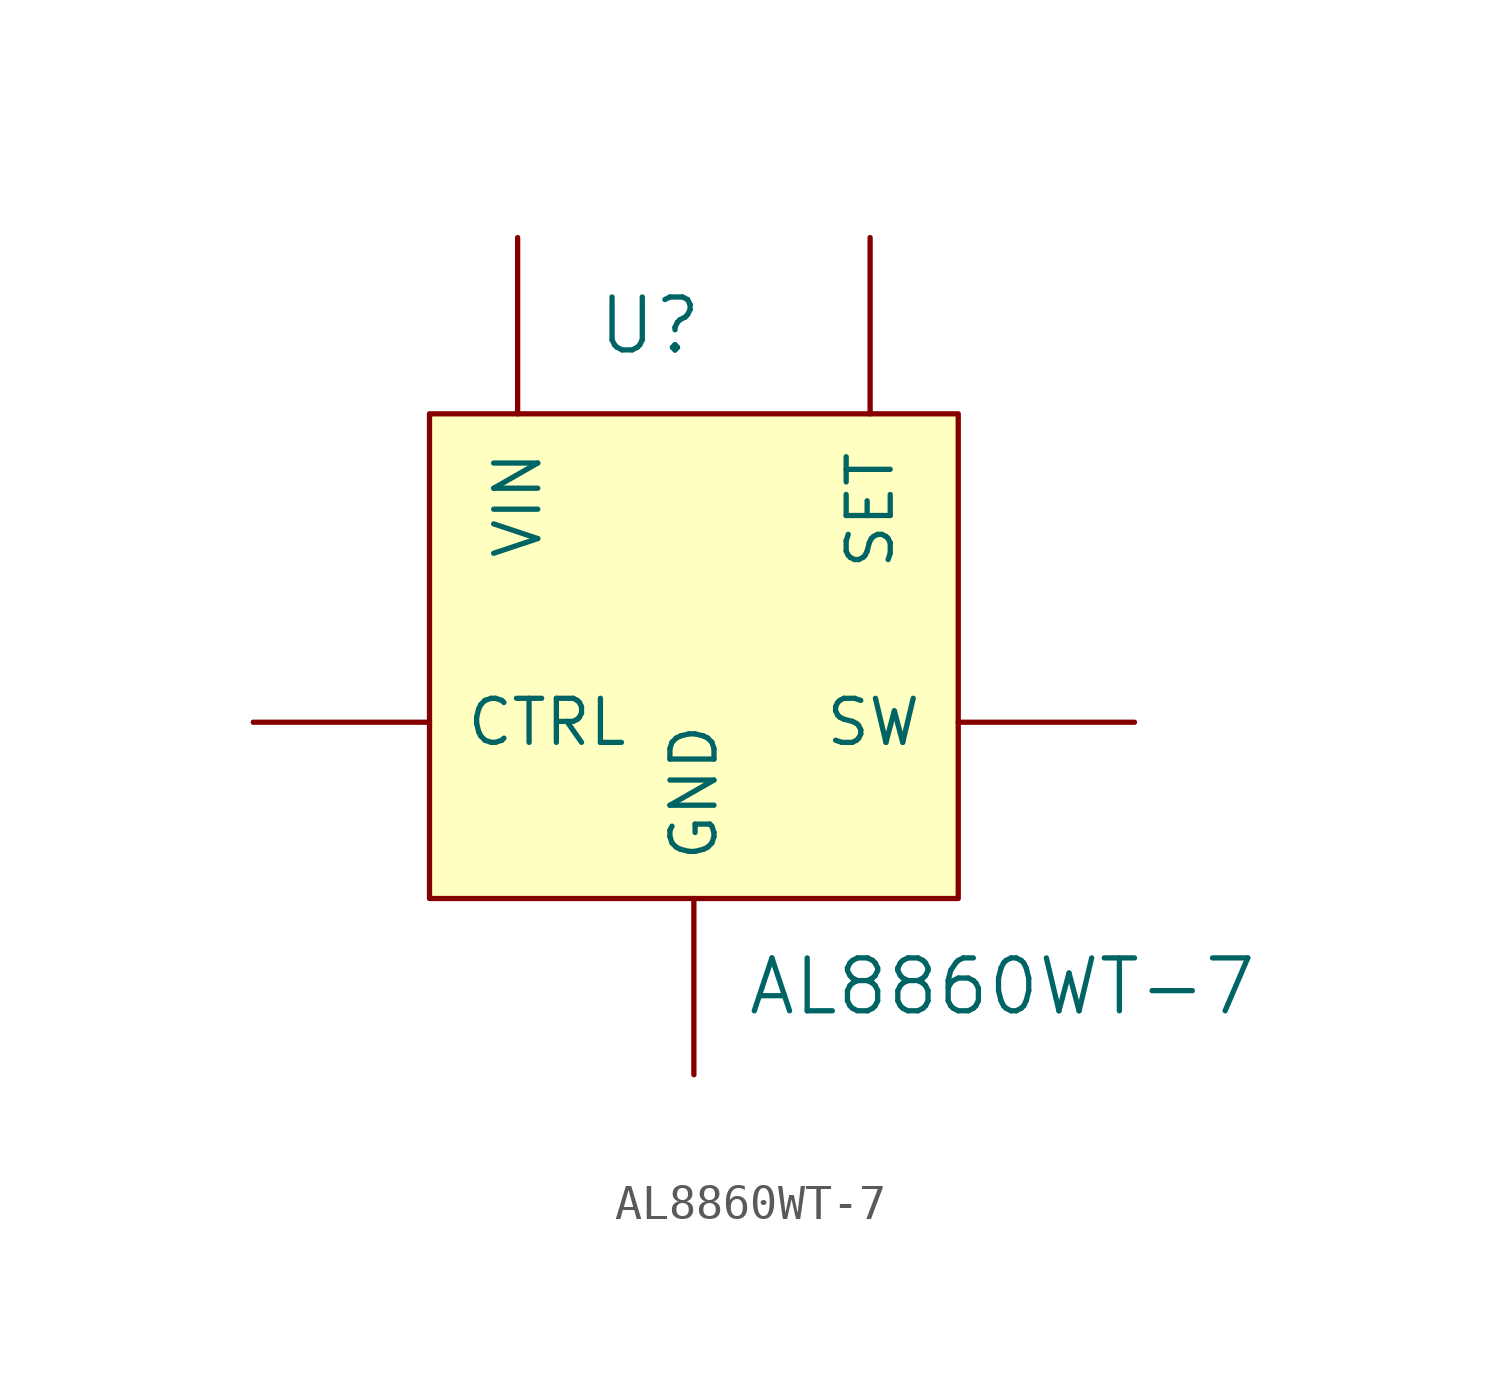
<source format=kicad_sym>
(kicad_symbol_lib
  (version 20241209)
  (generator "kicad_symbol_editor")
  (generator_version "9.0")
  (symbol "AL8860WT-7"
    (pin_numbers
      (hide yes))
    (pin_names
      (offset 1.016))
    (property "Reference" "U"
      (at -1.27 8.89 0)
      (effects (font (size 1.524 1.524))))
    (property "Value" "AL8860WT-7"
      (at 8.89 -10.16 0)
      (effects (font (size 1.524 1.524))))
    (symbol "AL8860WT-7_0_1"
      (rectangle (start -7.62 6.35) (end 7.62 -7.62) (stroke (width 0) (type default)) (fill (type background))))
    (symbol "AL8860WT-7_1_1"
      (pin input line (at -12.7 -2.54 0) (length 5.08) (name "CTRL" (effects (font (size 1.27 1.27)))) (number "3" (effects (font (size 1.27 1.27)))))
      (pin input line (at -5.08 11.43 270) (length 5.08) (name "VIN" (effects (font (size 1.27 1.27)))) (number "5" (effects (font (size 1.27 1.27)))))
      (pin input line (at 0 -12.7 90) (length 5.08) (name "GND" (effects (font (size 1.27 1.27)))) (number "2" (effects (font (size 1.27 1.27)))))
      (pin input line (at 5.08 11.43 270) (length 5.08) (name "SET" (effects (font (size 1.27 1.27)))) (number "4" (effects (font (size 1.27 1.27)))))
      (pin input line (at 12.7 -2.54 180) (length 5.08) (name "SW" (effects (font (size 1.27 1.27)))) (number "1" (effects (font (size 1.27 1.27))))))))
</source>
